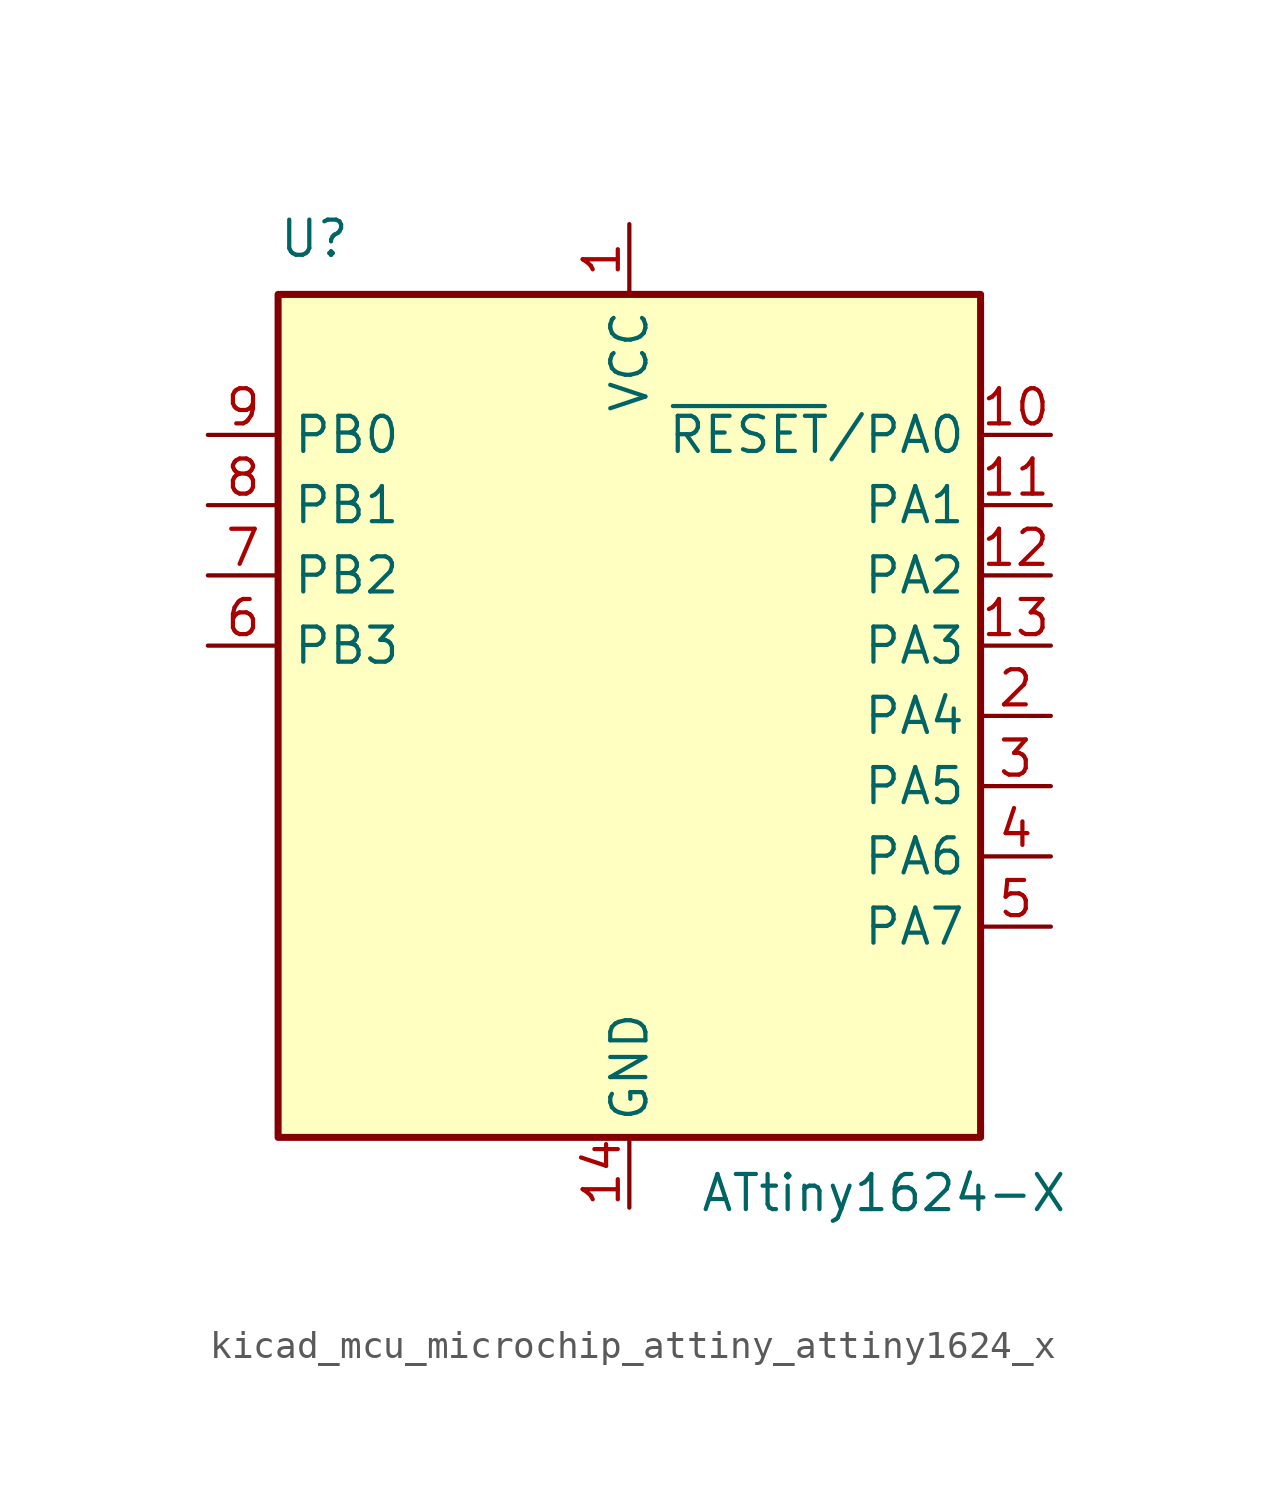
<source format=kicad_sym>
(kicad_symbol_lib
  (version 20220914)
  (generator kicad_symbol_editor)
  (symbol "kicad_mcu_microchip_attiny_attiny1624_x"
    (property "Reference" "U"
      (at -12.7 16.51 0)
      (effects (font (size 1.27 1.27)) (justify left bottom)))
    (property "Value" "ATtiny1624-X"
      (at 2.54 -16.51 0)
      (effects (font (size 1.27 1.27)) (justify left top)))
    (symbol "kicad_mcu_microchip_attiny_attiny1624_x_0_1"
      (rectangle (start -12.7 -15.24) (end 12.7 15.24) (stroke (width 0.254) (type default)) (fill (type background))))
    (symbol "kicad_mcu_microchip_attiny_attiny1624_x_1_1"
      (pin power_in line (at 0 17.78 270) (length 2.54) (name "VCC" (effects (font (size 1.27 1.27)))) (number "1" (effects (font (size 1.27 1.27)))))
      (pin bidirectional line (at 15.24 10.16 180) (length 2.54) (name "~{RESET}/PA0" (effects (font (size 1.27 1.27)))) (number "10" (effects (font (size 1.27 1.27)))))
      (pin bidirectional line (at 15.24 7.62 180) (length 2.54) (name "PA1" (effects (font (size 1.27 1.27)))) (number "11" (effects (font (size 1.27 1.27)))))
      (pin bidirectional line (at 15.24 5.08 180) (length 2.54) (name "PA2" (effects (font (size 1.27 1.27)))) (number "12" (effects (font (size 1.27 1.27)))))
      (pin bidirectional line (at 15.24 2.54 180) (length 2.54) (name "PA3" (effects (font (size 1.27 1.27)))) (number "13" (effects (font (size 1.27 1.27)))))
      (pin power_in line (at 0 -17.78 90) (length 2.54) (name "GND" (effects (font (size 1.27 1.27)))) (number "14" (effects (font (size 1.27 1.27)))))
      (pin bidirectional line (at 15.24 0 180) (length 2.54) (name "PA4" (effects (font (size 1.27 1.27)))) (number "2" (effects (font (size 1.27 1.27)))))
      (pin bidirectional line (at 15.24 -2.54 180) (length 2.54) (name "PA5" (effects (font (size 1.27 1.27)))) (number "3" (effects (font (size 1.27 1.27)))))
      (pin bidirectional line (at 15.24 -5.08 180) (length 2.54) (name "PA6" (effects (font (size 1.27 1.27)))) (number "4" (effects (font (size 1.27 1.27)))))
      (pin bidirectional line (at 15.24 -7.62 180) (length 2.54) (name "PA7" (effects (font (size 1.27 1.27)))) (number "5" (effects (font (size 1.27 1.27)))))
      (pin bidirectional line (at -15.24 2.54 0) (length 2.54) (name "PB3" (effects (font (size 1.27 1.27)))) (number "6" (effects (font (size 1.27 1.27)))))
      (pin bidirectional line (at -15.24 5.08 0) (length 2.54) (name "PB2" (effects (font (size 1.27 1.27)))) (number "7" (effects (font (size 1.27 1.27)))))
      (pin bidirectional line (at -15.24 7.62 0) (length 2.54) (name "PB1" (effects (font (size 1.27 1.27)))) (number "8" (effects (font (size 1.27 1.27)))))
      (pin bidirectional line (at -15.24 10.16 0) (length 2.54) (name "PB0" (effects (font (size 1.27 1.27)))) (number "9" (effects (font (size 1.27 1.27))))))))
</source>
